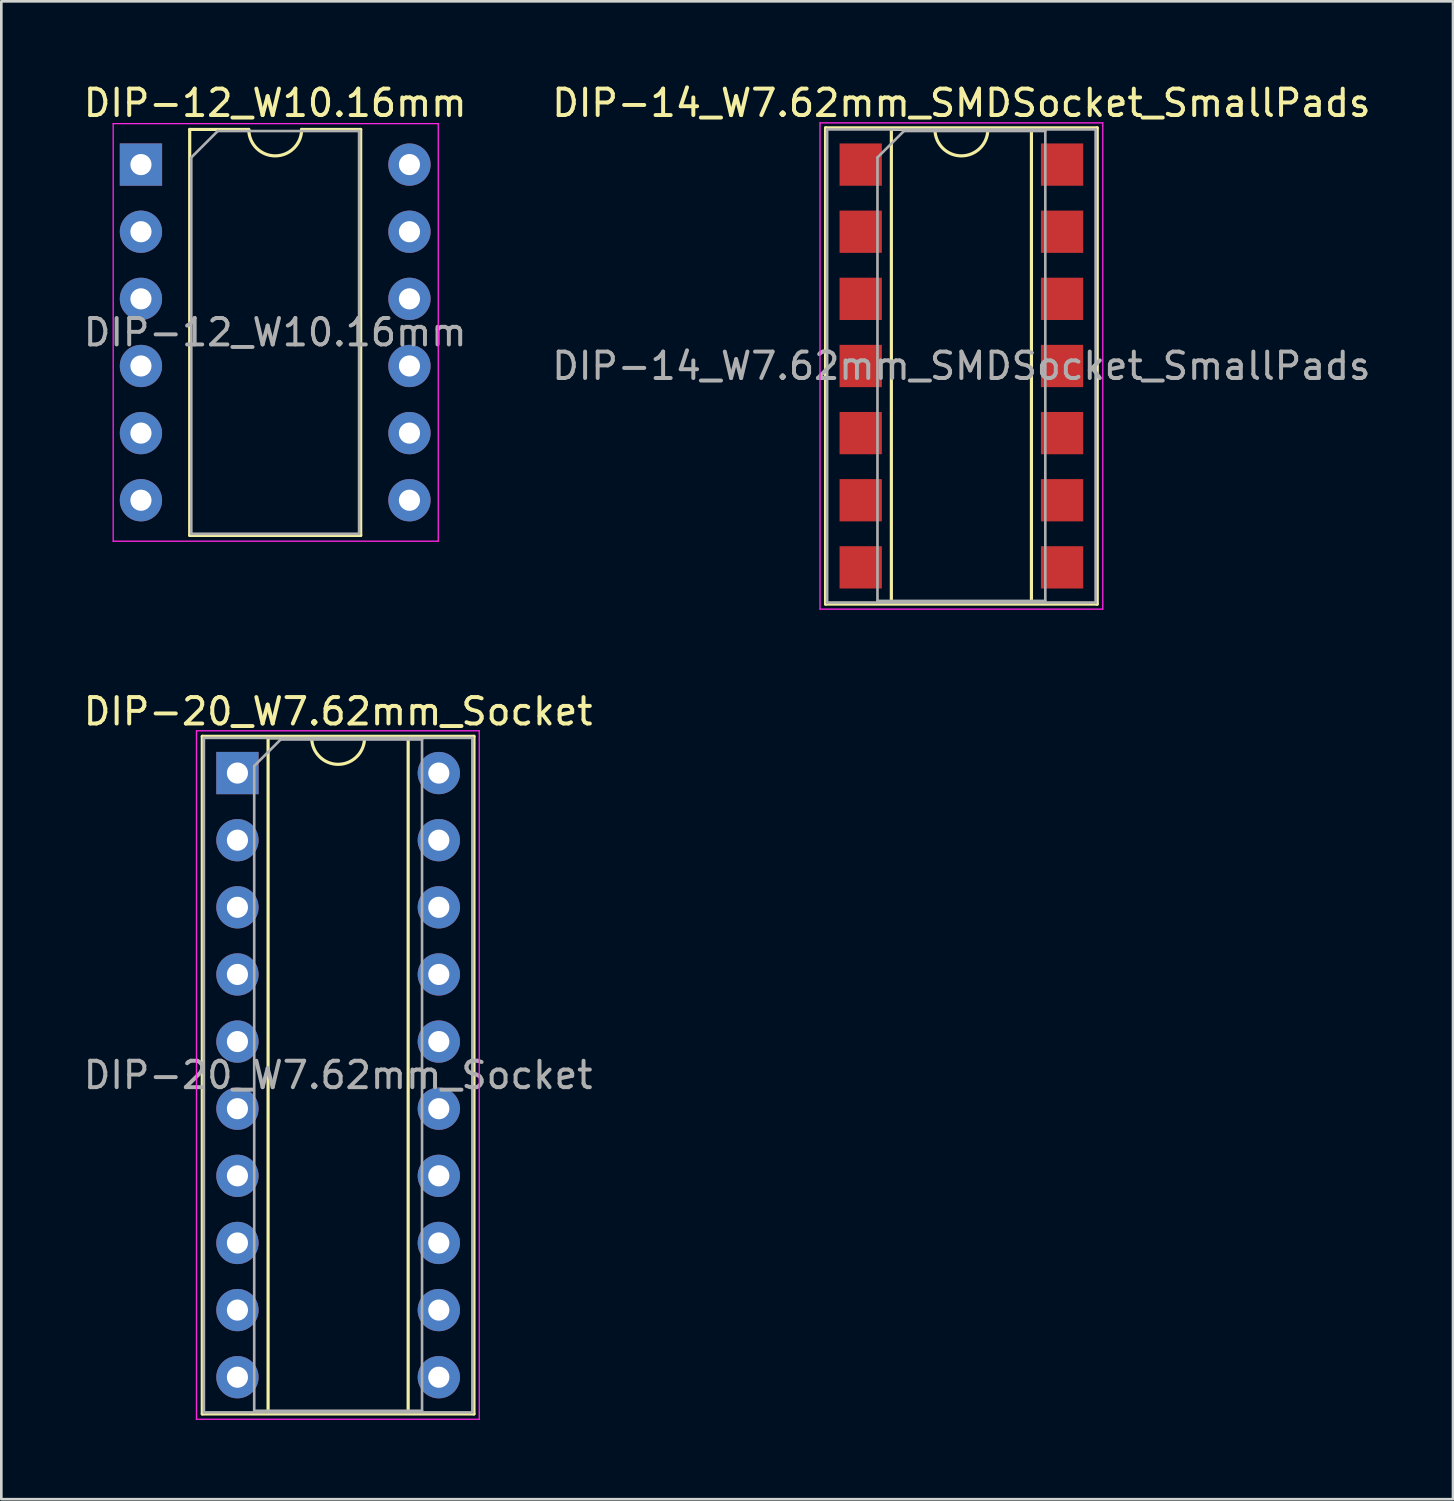
<source format=kicad_pcb>
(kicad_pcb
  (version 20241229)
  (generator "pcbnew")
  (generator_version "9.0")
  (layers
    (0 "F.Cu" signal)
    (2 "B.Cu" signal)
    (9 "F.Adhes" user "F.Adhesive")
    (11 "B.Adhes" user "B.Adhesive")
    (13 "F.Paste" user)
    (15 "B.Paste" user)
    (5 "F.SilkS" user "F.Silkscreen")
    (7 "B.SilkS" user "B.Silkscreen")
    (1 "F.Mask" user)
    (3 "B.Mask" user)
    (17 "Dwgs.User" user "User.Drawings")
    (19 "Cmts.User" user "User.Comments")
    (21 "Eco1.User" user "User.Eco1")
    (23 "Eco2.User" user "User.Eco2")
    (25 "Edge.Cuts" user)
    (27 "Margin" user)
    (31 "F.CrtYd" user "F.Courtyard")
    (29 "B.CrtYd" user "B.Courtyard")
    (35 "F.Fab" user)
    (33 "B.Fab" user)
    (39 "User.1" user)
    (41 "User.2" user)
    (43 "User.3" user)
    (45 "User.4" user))
  (footprint "DIP-12_W10.16mm"
    (layer "F.Cu")
    (at 2.283 3.178)
    (property "Reference" "DIP-12_W10.16mm" (at 5.08 -2.33 0) (layer "F.SilkS") (effects (font (size 1 1) (thickness 0.15))))
    (attr through_hole)
    (fp_line (start 1.845 -1.33) (end 1.845 14.03) (stroke (width 0.12) (type solid)) (layer "F.SilkS"))
    (fp_line (start 1.845 14.03) (end 8.315 14.03) (stroke (width 0.12) (type solid)) (layer "F.SilkS"))
    (fp_line (start 4.08 -1.33) (end 1.845 -1.33) (stroke (width 0.12) (type solid)) (layer "F.SilkS"))
    (fp_line (start 8.315 -1.33) (end 6.08 -1.33) (stroke (width 0.12) (type solid)) (layer "F.SilkS"))
    (fp_line (start 8.315 14.03) (end 8.315 -1.33) (stroke (width 0.12) (type solid)) (layer "F.SilkS"))
    (fp_arc (start 6.08 -1.33) (mid 5.08 -0.33) (end 4.08 -1.33) (stroke (width 0.12) (type solid)) (layer "F.SilkS"))
    (fp_line (start -1.05 -1.55) (end -1.05 14.25) (stroke (width 0.05) (type solid)) (layer "F.CrtYd"))
    (fp_line (start -1.05 14.25) (end 11.25 14.25) (stroke (width 0.05) (type solid)) (layer "F.CrtYd"))
    (fp_line (start 11.25 -1.55) (end -1.05 -1.55) (stroke (width 0.05) (type solid)) (layer "F.CrtYd"))
    (fp_line (start 11.25 14.25) (end 11.25 -1.55) (stroke (width 0.05) (type solid)) (layer "F.CrtYd"))
    (fp_line (start 1.905 -0.27) (end 2.905 -1.27) (stroke (width 0.1) (type solid)) (layer "F.Fab"))
    (fp_line (start 1.905 13.97) (end 1.905 -0.27) (stroke (width 0.1) (type solid)) (layer "F.Fab"))
    (fp_line (start 2.905 -1.27) (end 8.255 -1.27) (stroke (width 0.1) (type solid)) (layer "F.Fab"))
    (fp_line (start 8.255 -1.27) (end 8.255 13.97) (stroke (width 0.1) (type solid)) (layer "F.Fab"))
    (fp_line (start 8.255 13.97) (end 1.905 13.97) (stroke (width 0.1) (type solid)) (layer "F.Fab"))
    (fp_text user "${REFERENCE}" (at 5.08 6.35 0) (layer "F.Fab") (effects (font (size 1 1) (thickness 0.15))))
    (pad "1" thru_hole rect (at 0 0) (size 1.6 1.6) (drill 0.8) (layers "*.Cu" "*.Mask"))
    (pad "2" thru_hole oval (at 0 2.54) (size 1.6 1.6) (drill 0.8) (layers "*.Cu" "*.Mask"))
    (pad "3" thru_hole oval (at 0 5.08) (size 1.6 1.6) (drill 0.8) (layers "*.Cu" "*.Mask"))
    (pad "4" thru_hole oval (at 0 7.62) (size 1.6 1.6) (drill 0.8) (layers "*.Cu" "*.Mask"))
    (pad "5" thru_hole oval (at 0 10.16) (size 1.6 1.6) (drill 0.8) (layers "*.Cu" "*.Mask"))
    (pad "6" thru_hole oval (at 0 12.7) (size 1.6 1.6) (drill 0.8) (layers "*.Cu" "*.Mask"))
    (pad "7" thru_hole oval (at 10.16 12.7) (size 1.6 1.6) (drill 0.8) (layers "*.Cu" "*.Mask"))
    (pad "8" thru_hole oval (at 10.16 10.16) (size 1.6 1.6) (drill 0.8) (layers "*.Cu" "*.Mask"))
    (pad "9" thru_hole oval (at 10.16 7.62) (size 1.6 1.6) (drill 0.8) (layers "*.Cu" "*.Mask"))
    (pad "10" thru_hole oval (at 10.16 5.08) (size 1.6 1.6) (drill 0.8) (layers "*.Cu" "*.Mask"))
    (pad "11" thru_hole oval (at 10.16 2.54) (size 1.6 1.6) (drill 0.8) (layers "*.Cu" "*.Mask"))
    (pad "12" thru_hole oval (at 10.16 0) (size 1.6 1.6) (drill 0.8) (layers "*.Cu" "*.Mask")))
  (footprint "DIP-20_W7.62mm_Socket"
    (layer "F.Cu")
    (at 5.934 26.201)
    (property "Reference" "DIP-20_W7.62mm_Socket" (at 3.81 -2.33 0) (layer "F.SilkS") (effects (font (size 1 1) (thickness 0.15))))
    (attr through_hole)
    (fp_line (start -1.33 -1.39) (end -1.33 24.25) (stroke (width 0.12) (type solid)) (layer "F.SilkS"))
    (fp_line (start -1.33 24.25) (end 8.95 24.25) (stroke (width 0.12) (type solid)) (layer "F.SilkS"))
    (fp_line (start 1.16 -1.33) (end 1.16 24.19) (stroke (width 0.12) (type solid)) (layer "F.SilkS"))
    (fp_line (start 1.16 24.19) (end 6.46 24.19) (stroke (width 0.12) (type solid)) (layer "F.SilkS"))
    (fp_line (start 2.81 -1.33) (end 1.16 -1.33) (stroke (width 0.12) (type solid)) (layer "F.SilkS"))
    (fp_line (start 6.46 -1.33) (end 4.81 -1.33) (stroke (width 0.12) (type solid)) (layer "F.SilkS"))
    (fp_line (start 6.46 24.19) (end 6.46 -1.33) (stroke (width 0.12) (type solid)) (layer "F.SilkS"))
    (fp_line (start 8.95 -1.39) (end -1.33 -1.39) (stroke (width 0.12) (type solid)) (layer "F.SilkS"))
    (fp_line (start 8.95 24.25) (end 8.95 -1.39) (stroke (width 0.12) (type solid)) (layer "F.SilkS"))
    (fp_arc (start 4.81 -1.33) (mid 3.81 -0.33) (end 2.81 -1.33) (stroke (width 0.12) (type solid)) (layer "F.SilkS"))
    (fp_line (start -1.55 -1.6) (end -1.55 24.45) (stroke (width 0.05) (type solid)) (layer "F.CrtYd"))
    (fp_line (start -1.55 24.45) (end 9.15 24.45) (stroke (width 0.05) (type solid)) (layer "F.CrtYd"))
    (fp_line (start 9.15 -1.6) (end -1.55 -1.6) (stroke (width 0.05) (type solid)) (layer "F.CrtYd"))
    (fp_line (start 9.15 24.45) (end 9.15 -1.6) (stroke (width 0.05) (type solid)) (layer "F.CrtYd"))
    (fp_line (start -1.27 -1.33) (end -1.27 24.19) (stroke (width 0.1) (type solid)) (layer "F.Fab"))
    (fp_line (start -1.27 24.19) (end 8.89 24.19) (stroke (width 0.1) (type solid)) (layer "F.Fab"))
    (fp_line (start 0.635 -0.27) (end 1.635 -1.27) (stroke (width 0.1) (type solid)) (layer "F.Fab"))
    (fp_line (start 0.635 24.13) (end 0.635 -0.27) (stroke (width 0.1) (type solid)) (layer "F.Fab"))
    (fp_line (start 1.635 -1.27) (end 6.985 -1.27) (stroke (width 0.1) (type solid)) (layer "F.Fab"))
    (fp_line (start 6.985 -1.27) (end 6.985 24.13) (stroke (width 0.1) (type solid)) (layer "F.Fab"))
    (fp_line (start 6.985 24.13) (end 0.635 24.13) (stroke (width 0.1) (type solid)) (layer "F.Fab"))
    (fp_line (start 8.89 -1.33) (end -1.27 -1.33) (stroke (width 0.1) (type solid)) (layer "F.Fab"))
    (fp_line (start 8.89 24.19) (end 8.89 -1.33) (stroke (width 0.1) (type solid)) (layer "F.Fab"))
    (fp_text user "${REFERENCE}" (at 3.81 11.43 0) (layer "F.Fab") (effects (font (size 1 1) (thickness 0.15))))
    (pad "1" thru_hole rect (at 0 0) (size 1.6 1.6) (drill 0.8) (layers "*.Cu" "*.Mask"))
    (pad "2" thru_hole oval (at 0 2.54) (size 1.6 1.6) (drill 0.8) (layers "*.Cu" "*.Mask"))
    (pad "3" thru_hole oval (at 0 5.08) (size 1.6 1.6) (drill 0.8) (layers "*.Cu" "*.Mask"))
    (pad "4" thru_hole oval (at 0 7.62) (size 1.6 1.6) (drill 0.8) (layers "*.Cu" "*.Mask"))
    (pad "5" thru_hole oval (at 0 10.16) (size 1.6 1.6) (drill 0.8) (layers "*.Cu" "*.Mask"))
    (pad "6" thru_hole oval (at 0 12.7) (size 1.6 1.6) (drill 0.8) (layers "*.Cu" "*.Mask"))
    (pad "7" thru_hole oval (at 0 15.24) (size 1.6 1.6) (drill 0.8) (layers "*.Cu" "*.Mask"))
    (pad "8" thru_hole oval (at 0 17.78) (size 1.6 1.6) (drill 0.8) (layers "*.Cu" "*.Mask"))
    (pad "9" thru_hole oval (at 0 20.32) (size 1.6 1.6) (drill 0.8) (layers "*.Cu" "*.Mask"))
    (pad "10" thru_hole oval (at 0 22.86) (size 1.6 1.6) (drill 0.8) (layers "*.Cu" "*.Mask"))
    (pad "11" thru_hole oval (at 7.62 22.86) (size 1.6 1.6) (drill 0.8) (layers "*.Cu" "*.Mask"))
    (pad "12" thru_hole oval (at 7.62 20.32) (size 1.6 1.6) (drill 0.8) (layers "*.Cu" "*.Mask"))
    (pad "13" thru_hole oval (at 7.62 17.78) (size 1.6 1.6) (drill 0.8) (layers "*.Cu" "*.Mask"))
    (pad "14" thru_hole oval (at 7.62 15.24) (size 1.6 1.6) (drill 0.8) (layers "*.Cu" "*.Mask"))
    (pad "15" thru_hole oval (at 7.62 12.7) (size 1.6 1.6) (drill 0.8) (layers "*.Cu" "*.Mask"))
    (pad "16" thru_hole oval (at 7.62 10.16) (size 1.6 1.6) (drill 0.8) (layers "*.Cu" "*.Mask"))
    (pad "17" thru_hole oval (at 7.62 7.62) (size 1.6 1.6) (drill 0.8) (layers "*.Cu" "*.Mask"))
    (pad "18" thru_hole oval (at 7.62 5.08) (size 1.6 1.6) (drill 0.8) (layers "*.Cu" "*.Mask"))
    (pad "19" thru_hole oval (at 7.62 2.54) (size 1.6 1.6) (drill 0.8) (layers "*.Cu" "*.Mask"))
    (pad "20" thru_hole oval (at 7.62 0) (size 1.6 1.6) (drill 0.8) (layers "*.Cu" "*.Mask")))
  (footprint "DIP-14_W7.62mm_SMDSocket_SmallPads"
    (layer "F.Cu")
    (at 33.327 10.798)
    (property "Reference" "DIP-14_W7.62mm_SMDSocket_SmallPads" (at 0 -9.95 0) (layer "F.SilkS") (effects (font (size 1 1) (thickness 0.15))))
    (attr smd)
    (fp_line (start -5.14 -9.01) (end -5.14 9.01) (stroke (width 0.12) (type solid)) (layer "F.SilkS"))
    (fp_line (start -5.14 9.01) (end 5.14 9.01) (stroke (width 0.12) (type solid)) (layer "F.SilkS"))
    (fp_line (start -2.65 -8.95) (end -2.65 8.95) (stroke (width 0.12) (type solid)) (layer "F.SilkS"))
    (fp_line (start -2.65 8.95) (end 2.65 8.95) (stroke (width 0.12) (type solid)) (layer "F.SilkS"))
    (fp_line (start -1 -8.95) (end -2.65 -8.95) (stroke (width 0.12) (type solid)) (layer "F.SilkS"))
    (fp_line (start 2.65 -8.95) (end 1 -8.95) (stroke (width 0.12) (type solid)) (layer "F.SilkS"))
    (fp_line (start 2.65 8.95) (end 2.65 -8.95) (stroke (width 0.12) (type solid)) (layer "F.SilkS"))
    (fp_line (start 5.14 -9.01) (end -5.14 -9.01) (stroke (width 0.12) (type solid)) (layer "F.SilkS"))
    (fp_line (start 5.14 9.01) (end 5.14 -9.01) (stroke (width 0.12) (type solid)) (layer "F.SilkS"))
    (fp_arc (start 1 -8.95) (mid 0 -7.95) (end -1 -8.95) (stroke (width 0.12) (type solid)) (layer "F.SilkS"))
    (fp_line (start -5.35 -9.2) (end -5.35 9.2) (stroke (width 0.05) (type solid)) (layer "F.CrtYd"))
    (fp_line (start -5.35 9.2) (end 5.35 9.2) (stroke (width 0.05) (type solid)) (layer "F.CrtYd"))
    (fp_line (start 5.35 -9.2) (end -5.35 -9.2) (stroke (width 0.05) (type solid)) (layer "F.CrtYd"))
    (fp_line (start 5.35 9.2) (end 5.35 -9.2) (stroke (width 0.05) (type solid)) (layer "F.CrtYd"))
    (fp_line (start -5.08 -8.95) (end -5.08 8.95) (stroke (width 0.1) (type solid)) (layer "F.Fab"))
    (fp_line (start -5.08 8.95) (end 5.08 8.95) (stroke (width 0.1) (type solid)) (layer "F.Fab"))
    (fp_line (start -3.175 -7.89) (end -2.175 -8.89) (stroke (width 0.1) (type solid)) (layer "F.Fab"))
    (fp_line (start -3.175 8.89) (end -3.175 -7.89) (stroke (width 0.1) (type solid)) (layer "F.Fab"))
    (fp_line (start -2.175 -8.89) (end 3.175 -8.89) (stroke (width 0.1) (type solid)) (layer "F.Fab"))
    (fp_line (start 3.175 -8.89) (end 3.175 8.89) (stroke (width 0.1) (type solid)) (layer "F.Fab"))
    (fp_line (start 3.175 8.89) (end -3.175 8.89) (stroke (width 0.1) (type solid)) (layer "F.Fab"))
    (fp_line (start 5.08 -8.95) (end -5.08 -8.95) (stroke (width 0.1) (type solid)) (layer "F.Fab"))
    (fp_line (start 5.08 8.95) (end 5.08 -8.95) (stroke (width 0.1) (type solid)) (layer "F.Fab"))
    (fp_text user "${REFERENCE}" (at 0 0 0) (layer "F.Fab") (effects (font (size 1 1) (thickness 0.15))))
    (pad "1" smd rect (at -3.81 -7.62) (size 1.6 1.6) (layers "F.Cu" "F.Mask" "F.Paste"))
    (pad "2" smd rect (at -3.81 -5.08) (size 1.6 1.6) (layers "F.Cu" "F.Mask" "F.Paste"))
    (pad "3" smd rect (at -3.81 -2.54) (size 1.6 1.6) (layers "F.Cu" "F.Mask" "F.Paste"))
    (pad "4" smd rect (at -3.81 0) (size 1.6 1.6) (layers "F.Cu" "F.Mask" "F.Paste"))
    (pad "5" smd rect (at -3.81 2.54) (size 1.6 1.6) (layers "F.Cu" "F.Mask" "F.Paste"))
    (pad "6" smd rect (at -3.81 5.08) (size 1.6 1.6) (layers "F.Cu" "F.Mask" "F.Paste"))
    (pad "7" smd rect (at -3.81 7.62) (size 1.6 1.6) (layers "F.Cu" "F.Mask" "F.Paste"))
    (pad "8" smd rect (at 3.81 7.62) (size 1.6 1.6) (layers "F.Cu" "F.Mask" "F.Paste"))
    (pad "9" smd rect (at 3.81 5.08) (size 1.6 1.6) (layers "F.Cu" "F.Mask" "F.Paste"))
    (pad "10" smd rect (at 3.81 2.54) (size 1.6 1.6) (layers "F.Cu" "F.Mask" "F.Paste"))
    (pad "11" smd rect (at 3.81 0) (size 1.6 1.6) (layers "F.Cu" "F.Mask" "F.Paste"))
    (pad "12" smd rect (at 3.81 -2.54) (size 1.6 1.6) (layers "F.Cu" "F.Mask" "F.Paste"))
    (pad "13" smd rect (at 3.81 -5.08) (size 1.6 1.6) (layers "F.Cu" "F.Mask" "F.Paste"))
    (pad "14" smd rect (at 3.81 -7.62) (size 1.6 1.6) (layers "F.Cu" "F.Mask" "F.Paste")))
  (gr_rect
    (start -3 -3)
    (end 51.929 53.676)
    (stroke (width 0.1) (type default))
    (fill no)
    (layer "Edge.Cuts")))
</source>
